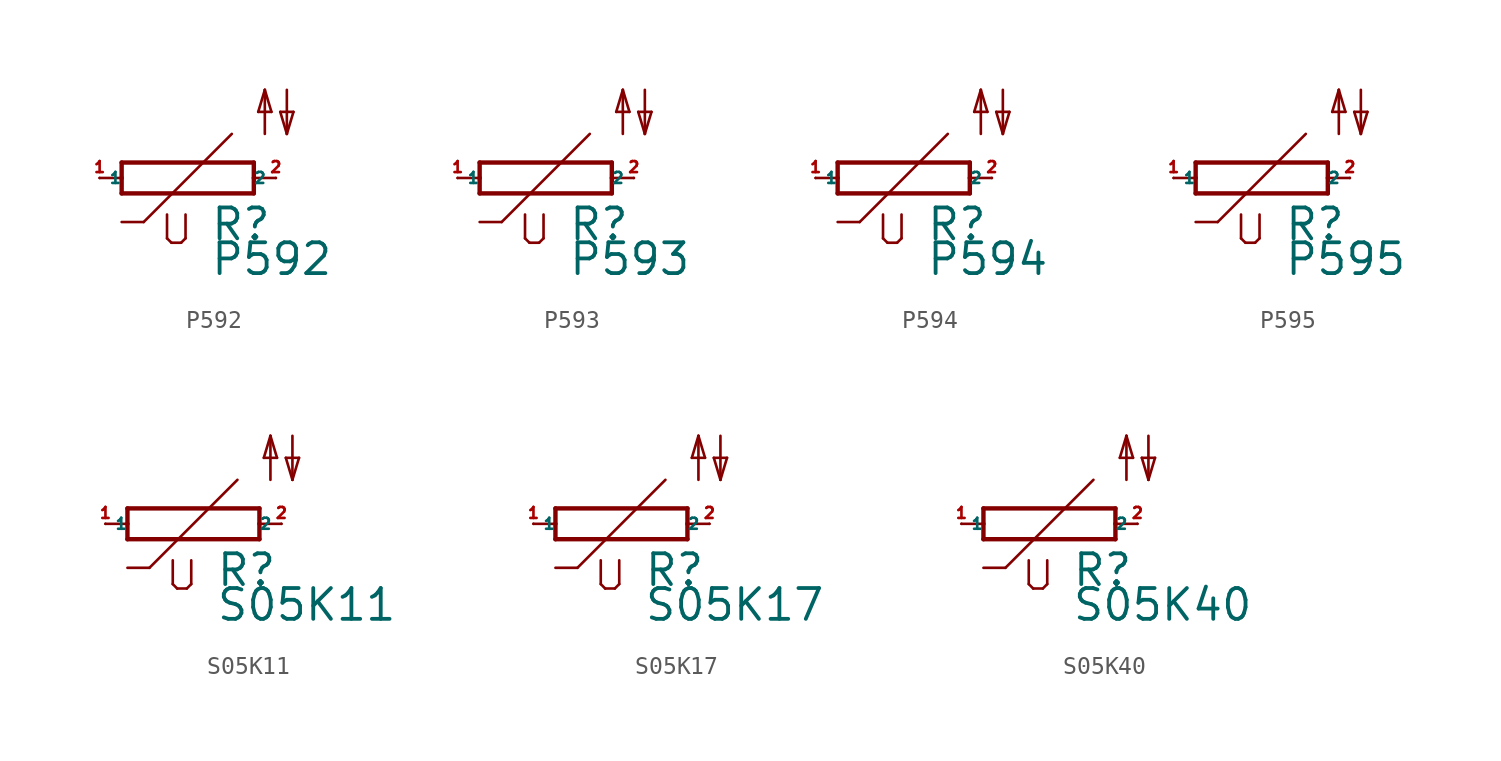
<source format=kicad_sym>
(kicad_symbol_lib
  (version 20220914)
  (generator Eagle2Kicad)
  (symbol "P592"
    (property "Reference" "R"
      (at 1.27 -3.708 0)
      (effects (font (size 1.778 1.778) (thickness 0.22)) (justify left bottom)))
    (property "Value" "P592"
      (at 1.27 -5.715 0)
      (effects (font (size 1.778 1.778) (thickness 0.22)) (justify left bottom)))
    (polyline
      (pts (xy -3.81 -0.889) (xy 3.81 -0.889))
      (stroke (width 0.254) (type default))
      (fill (type none)))
    (polyline
      (pts (xy 3.81 -0.889) (xy 3.81 0))
      (stroke (width 0.254) (type default))
      (fill (type none)))
    (polyline
      (pts (xy 3.81 0.889) (xy -3.81 0.889))
      (stroke (width 0.254) (type default))
      (fill (type none)))
    (polyline
      (pts (xy -3.81 -0.889) (xy -3.81 0))
      (stroke (width 0.254) (type default))
      (fill (type none)))
    (polyline
      (pts (xy 3.81 0) (xy 5.08 0))
      (stroke (width 0.152) (type default))
      (fill (type none)))
    (polyline
      (pts (xy 3.81 0) (xy 3.81 0.889))
      (stroke (width 0.254) (type default))
      (fill (type none)))
    (polyline
      (pts (xy -5.08 0) (xy -3.81 0))
      (stroke (width 0.152) (type default))
      (fill (type none)))
    (polyline
      (pts (xy -3.81 0) (xy -3.81 0.889))
      (stroke (width 0.254) (type default))
      (fill (type none)))
    (polyline
      (pts (xy 2.54 2.54) (xy -2.54 -2.54))
      (stroke (width 0.152) (type default))
      (fill (type none)))
    (polyline
      (pts (xy -2.54 -2.54) (xy -3.81 -2.54))
      (stroke (width 0.152) (type default))
      (fill (type none)))
    (polyline
      (pts (xy -1.194 -2.108) (xy -1.194 -3.48))
      (stroke (width 0.152) (type default))
      (fill (type none)))
    (polyline
      (pts (xy -0.94 -3.734) (xy -1.194 -3.48))
      (stroke (width 0.152) (type default))
      (fill (type none)))
    (polyline
      (pts (xy -0.94 -3.734) (xy -0.381 -3.734))
      (stroke (width 0.152) (type default))
      (fill (type none)))
    (polyline
      (pts (xy -0.127 -3.48) (xy -0.381 -3.734))
      (stroke (width 0.152) (type default))
      (fill (type none)))
    (polyline
      (pts (xy -0.127 -3.48) (xy -0.127 -2.108))
      (stroke (width 0.152) (type default))
      (fill (type none)))
    (polyline
      (pts (xy 5.715 5.08) (xy 5.715 2.54))
      (stroke (width 0.152) (type default))
      (fill (type none)))
    (polyline
      (pts (xy 5.715 2.54) (xy 6.096 3.81))
      (stroke (width 0.152) (type default))
      (fill (type none)))
    (polyline
      (pts (xy 6.096 3.81) (xy 5.334 3.81))
      (stroke (width 0.152) (type default))
      (fill (type none)))
    (polyline
      (pts (xy 5.334 3.81) (xy 5.715 2.54))
      (stroke (width 0.152) (type default))
      (fill (type none)))
    (polyline
      (pts (xy 4.445 2.54) (xy 4.445 5.08))
      (stroke (width 0.152) (type default))
      (fill (type none)))
    (polyline
      (pts (xy 4.445 5.08) (xy 4.826 3.81))
      (stroke (width 0.152) (type default))
      (fill (type none)))
    (polyline
      (pts (xy 4.826 3.81) (xy 4.064 3.81))
      (stroke (width 0.152) (type default))
      (fill (type none)))
    (polyline
      (pts (xy 4.064 3.81) (xy 4.445 5.08))
      (stroke (width 0.152) (type default))
      (fill (type none)))
    (pin passive line
      (at 5.08 0 180)
      (length 0)
      (name "2" (effects (font (size 0.635 0.635) (thickness 0.08)) (justify left bottom)))
      (number "2" (effects (font (size 0.635 0.635) (thickness 0.08)) (justify left bottom))))
    (pin passive line
      (at -5.08 0 0)
      (length 0)
      (name "1" (effects (font (size 0.635 0.635) (thickness 0.08)) (justify left bottom)))
      (number "1" (effects (font (size 0.635 0.635) (thickness 0.08)) (justify left bottom)))))
  (symbol "P593"
    (property "Reference" "R"
      (at 1.27 -3.708 0)
      (effects (font (size 1.778 1.778) (thickness 0.22)) (justify left bottom)))
    (property "Value" "P593"
      (at 1.27 -5.715 0)
      (effects (font (size 1.778 1.778) (thickness 0.22)) (justify left bottom)))
    (polyline
      (pts (xy -3.81 -0.889) (xy 3.81 -0.889))
      (stroke (width 0.254) (type default))
      (fill (type none)))
    (polyline
      (pts (xy 3.81 -0.889) (xy 3.81 0))
      (stroke (width 0.254) (type default))
      (fill (type none)))
    (polyline
      (pts (xy 3.81 0.889) (xy -3.81 0.889))
      (stroke (width 0.254) (type default))
      (fill (type none)))
    (polyline
      (pts (xy -3.81 -0.889) (xy -3.81 0))
      (stroke (width 0.254) (type default))
      (fill (type none)))
    (polyline
      (pts (xy 3.81 0) (xy 5.08 0))
      (stroke (width 0.152) (type default))
      (fill (type none)))
    (polyline
      (pts (xy 3.81 0) (xy 3.81 0.889))
      (stroke (width 0.254) (type default))
      (fill (type none)))
    (polyline
      (pts (xy -5.08 0) (xy -3.81 0))
      (stroke (width 0.152) (type default))
      (fill (type none)))
    (polyline
      (pts (xy -3.81 0) (xy -3.81 0.889))
      (stroke (width 0.254) (type default))
      (fill (type none)))
    (polyline
      (pts (xy 2.54 2.54) (xy -2.54 -2.54))
      (stroke (width 0.152) (type default))
      (fill (type none)))
    (polyline
      (pts (xy -2.54 -2.54) (xy -3.81 -2.54))
      (stroke (width 0.152) (type default))
      (fill (type none)))
    (polyline
      (pts (xy -1.194 -2.108) (xy -1.194 -3.48))
      (stroke (width 0.152) (type default))
      (fill (type none)))
    (polyline
      (pts (xy -0.94 -3.734) (xy -1.194 -3.48))
      (stroke (width 0.152) (type default))
      (fill (type none)))
    (polyline
      (pts (xy -0.94 -3.734) (xy -0.381 -3.734))
      (stroke (width 0.152) (type default))
      (fill (type none)))
    (polyline
      (pts (xy -0.127 -3.48) (xy -0.381 -3.734))
      (stroke (width 0.152) (type default))
      (fill (type none)))
    (polyline
      (pts (xy -0.127 -3.48) (xy -0.127 -2.108))
      (stroke (width 0.152) (type default))
      (fill (type none)))
    (polyline
      (pts (xy 5.715 5.08) (xy 5.715 2.54))
      (stroke (width 0.152) (type default))
      (fill (type none)))
    (polyline
      (pts (xy 5.715 2.54) (xy 6.096 3.81))
      (stroke (width 0.152) (type default))
      (fill (type none)))
    (polyline
      (pts (xy 6.096 3.81) (xy 5.334 3.81))
      (stroke (width 0.152) (type default))
      (fill (type none)))
    (polyline
      (pts (xy 5.334 3.81) (xy 5.715 2.54))
      (stroke (width 0.152) (type default))
      (fill (type none)))
    (polyline
      (pts (xy 4.445 2.54) (xy 4.445 5.08))
      (stroke (width 0.152) (type default))
      (fill (type none)))
    (polyline
      (pts (xy 4.445 5.08) (xy 4.826 3.81))
      (stroke (width 0.152) (type default))
      (fill (type none)))
    (polyline
      (pts (xy 4.826 3.81) (xy 4.064 3.81))
      (stroke (width 0.152) (type default))
      (fill (type none)))
    (polyline
      (pts (xy 4.064 3.81) (xy 4.445 5.08))
      (stroke (width 0.152) (type default))
      (fill (type none)))
    (pin passive line
      (at 5.08 0 180)
      (length 0)
      (name "2" (effects (font (size 0.635 0.635) (thickness 0.08)) (justify left bottom)))
      (number "2" (effects (font (size 0.635 0.635) (thickness 0.08)) (justify left bottom))))
    (pin passive line
      (at -5.08 0 0)
      (length 0)
      (name "1" (effects (font (size 0.635 0.635) (thickness 0.08)) (justify left bottom)))
      (number "1" (effects (font (size 0.635 0.635) (thickness 0.08)) (justify left bottom)))))
  (symbol "P594"
    (property "Reference" "R"
      (at 1.27 -3.708 0)
      (effects (font (size 1.778 1.778) (thickness 0.22)) (justify left bottom)))
    (property "Value" "P594"
      (at 1.27 -5.715 0)
      (effects (font (size 1.778 1.778) (thickness 0.22)) (justify left bottom)))
    (polyline
      (pts (xy -3.81 -0.889) (xy 3.81 -0.889))
      (stroke (width 0.254) (type default))
      (fill (type none)))
    (polyline
      (pts (xy 3.81 -0.889) (xy 3.81 0))
      (stroke (width 0.254) (type default))
      (fill (type none)))
    (polyline
      (pts (xy 3.81 0.889) (xy -3.81 0.889))
      (stroke (width 0.254) (type default))
      (fill (type none)))
    (polyline
      (pts (xy -3.81 -0.889) (xy -3.81 0))
      (stroke (width 0.254) (type default))
      (fill (type none)))
    (polyline
      (pts (xy 3.81 0) (xy 5.08 0))
      (stroke (width 0.152) (type default))
      (fill (type none)))
    (polyline
      (pts (xy 3.81 0) (xy 3.81 0.889))
      (stroke (width 0.254) (type default))
      (fill (type none)))
    (polyline
      (pts (xy -5.08 0) (xy -3.81 0))
      (stroke (width 0.152) (type default))
      (fill (type none)))
    (polyline
      (pts (xy -3.81 0) (xy -3.81 0.889))
      (stroke (width 0.254) (type default))
      (fill (type none)))
    (polyline
      (pts (xy 2.54 2.54) (xy -2.54 -2.54))
      (stroke (width 0.152) (type default))
      (fill (type none)))
    (polyline
      (pts (xy -2.54 -2.54) (xy -3.81 -2.54))
      (stroke (width 0.152) (type default))
      (fill (type none)))
    (polyline
      (pts (xy -1.194 -2.108) (xy -1.194 -3.48))
      (stroke (width 0.152) (type default))
      (fill (type none)))
    (polyline
      (pts (xy -0.94 -3.734) (xy -1.194 -3.48))
      (stroke (width 0.152) (type default))
      (fill (type none)))
    (polyline
      (pts (xy -0.94 -3.734) (xy -0.381 -3.734))
      (stroke (width 0.152) (type default))
      (fill (type none)))
    (polyline
      (pts (xy -0.127 -3.48) (xy -0.381 -3.734))
      (stroke (width 0.152) (type default))
      (fill (type none)))
    (polyline
      (pts (xy -0.127 -3.48) (xy -0.127 -2.108))
      (stroke (width 0.152) (type default))
      (fill (type none)))
    (polyline
      (pts (xy 5.715 5.08) (xy 5.715 2.54))
      (stroke (width 0.152) (type default))
      (fill (type none)))
    (polyline
      (pts (xy 5.715 2.54) (xy 6.096 3.81))
      (stroke (width 0.152) (type default))
      (fill (type none)))
    (polyline
      (pts (xy 6.096 3.81) (xy 5.334 3.81))
      (stroke (width 0.152) (type default))
      (fill (type none)))
    (polyline
      (pts (xy 5.334 3.81) (xy 5.715 2.54))
      (stroke (width 0.152) (type default))
      (fill (type none)))
    (polyline
      (pts (xy 4.445 2.54) (xy 4.445 5.08))
      (stroke (width 0.152) (type default))
      (fill (type none)))
    (polyline
      (pts (xy 4.445 5.08) (xy 4.826 3.81))
      (stroke (width 0.152) (type default))
      (fill (type none)))
    (polyline
      (pts (xy 4.826 3.81) (xy 4.064 3.81))
      (stroke (width 0.152) (type default))
      (fill (type none)))
    (polyline
      (pts (xy 4.064 3.81) (xy 4.445 5.08))
      (stroke (width 0.152) (type default))
      (fill (type none)))
    (pin passive line
      (at 5.08 0 180)
      (length 0)
      (name "2" (effects (font (size 0.635 0.635) (thickness 0.08)) (justify left bottom)))
      (number "2" (effects (font (size 0.635 0.635) (thickness 0.08)) (justify left bottom))))
    (pin passive line
      (at -5.08 0 0)
      (length 0)
      (name "1" (effects (font (size 0.635 0.635) (thickness 0.08)) (justify left bottom)))
      (number "1" (effects (font (size 0.635 0.635) (thickness 0.08)) (justify left bottom)))))
  (symbol "P595"
    (property "Reference" "R"
      (at 1.27 -3.708 0)
      (effects (font (size 1.778 1.778) (thickness 0.22)) (justify left bottom)))
    (property "Value" "P595"
      (at 1.27 -5.715 0)
      (effects (font (size 1.778 1.778) (thickness 0.22)) (justify left bottom)))
    (polyline
      (pts (xy -3.81 -0.889) (xy 3.81 -0.889))
      (stroke (width 0.254) (type default))
      (fill (type none)))
    (polyline
      (pts (xy 3.81 -0.889) (xy 3.81 0))
      (stroke (width 0.254) (type default))
      (fill (type none)))
    (polyline
      (pts (xy 3.81 0.889) (xy -3.81 0.889))
      (stroke (width 0.254) (type default))
      (fill (type none)))
    (polyline
      (pts (xy -3.81 -0.889) (xy -3.81 0))
      (stroke (width 0.254) (type default))
      (fill (type none)))
    (polyline
      (pts (xy 3.81 0) (xy 5.08 0))
      (stroke (width 0.152) (type default))
      (fill (type none)))
    (polyline
      (pts (xy 3.81 0) (xy 3.81 0.889))
      (stroke (width 0.254) (type default))
      (fill (type none)))
    (polyline
      (pts (xy -5.08 0) (xy -3.81 0))
      (stroke (width 0.152) (type default))
      (fill (type none)))
    (polyline
      (pts (xy -3.81 0) (xy -3.81 0.889))
      (stroke (width 0.254) (type default))
      (fill (type none)))
    (polyline
      (pts (xy 2.54 2.54) (xy -2.54 -2.54))
      (stroke (width 0.152) (type default))
      (fill (type none)))
    (polyline
      (pts (xy -2.54 -2.54) (xy -3.81 -2.54))
      (stroke (width 0.152) (type default))
      (fill (type none)))
    (polyline
      (pts (xy -1.194 -2.108) (xy -1.194 -3.48))
      (stroke (width 0.152) (type default))
      (fill (type none)))
    (polyline
      (pts (xy -0.94 -3.734) (xy -1.194 -3.48))
      (stroke (width 0.152) (type default))
      (fill (type none)))
    (polyline
      (pts (xy -0.94 -3.734) (xy -0.381 -3.734))
      (stroke (width 0.152) (type default))
      (fill (type none)))
    (polyline
      (pts (xy -0.127 -3.48) (xy -0.381 -3.734))
      (stroke (width 0.152) (type default))
      (fill (type none)))
    (polyline
      (pts (xy -0.127 -3.48) (xy -0.127 -2.108))
      (stroke (width 0.152) (type default))
      (fill (type none)))
    (polyline
      (pts (xy 5.715 5.08) (xy 5.715 2.54))
      (stroke (width 0.152) (type default))
      (fill (type none)))
    (polyline
      (pts (xy 5.715 2.54) (xy 6.096 3.81))
      (stroke (width 0.152) (type default))
      (fill (type none)))
    (polyline
      (pts (xy 6.096 3.81) (xy 5.334 3.81))
      (stroke (width 0.152) (type default))
      (fill (type none)))
    (polyline
      (pts (xy 5.334 3.81) (xy 5.715 2.54))
      (stroke (width 0.152) (type default))
      (fill (type none)))
    (polyline
      (pts (xy 4.445 2.54) (xy 4.445 5.08))
      (stroke (width 0.152) (type default))
      (fill (type none)))
    (polyline
      (pts (xy 4.445 5.08) (xy 4.826 3.81))
      (stroke (width 0.152) (type default))
      (fill (type none)))
    (polyline
      (pts (xy 4.826 3.81) (xy 4.064 3.81))
      (stroke (width 0.152) (type default))
      (fill (type none)))
    (polyline
      (pts (xy 4.064 3.81) (xy 4.445 5.08))
      (stroke (width 0.152) (type default))
      (fill (type none)))
    (pin passive line
      (at 5.08 0 180)
      (length 0)
      (name "2" (effects (font (size 0.635 0.635) (thickness 0.08)) (justify left bottom)))
      (number "2" (effects (font (size 0.635 0.635) (thickness 0.08)) (justify left bottom))))
    (pin passive line
      (at -5.08 0 0)
      (length 0)
      (name "1" (effects (font (size 0.635 0.635) (thickness 0.08)) (justify left bottom)))
      (number "1" (effects (font (size 0.635 0.635) (thickness 0.08)) (justify left bottom)))))
  (symbol "S05K11"
    (property "Reference" "R"
      (at 1.27 -3.708 0)
      (effects (font (size 1.778 1.778) (thickness 0.22)) (justify left bottom)))
    (property "Value" "S05K11"
      (at 1.27 -5.715 0)
      (effects (font (size 1.778 1.778) (thickness 0.22)) (justify left bottom)))
    (polyline
      (pts (xy -3.81 -0.889) (xy 3.81 -0.889))
      (stroke (width 0.254) (type default))
      (fill (type none)))
    (polyline
      (pts (xy 3.81 -0.889) (xy 3.81 0))
      (stroke (width 0.254) (type default))
      (fill (type none)))
    (polyline
      (pts (xy 3.81 0.889) (xy -3.81 0.889))
      (stroke (width 0.254) (type default))
      (fill (type none)))
    (polyline
      (pts (xy -3.81 -0.889) (xy -3.81 0))
      (stroke (width 0.254) (type default))
      (fill (type none)))
    (polyline
      (pts (xy 3.81 0) (xy 5.08 0))
      (stroke (width 0.152) (type default))
      (fill (type none)))
    (polyline
      (pts (xy 3.81 0) (xy 3.81 0.889))
      (stroke (width 0.254) (type default))
      (fill (type none)))
    (polyline
      (pts (xy -5.08 0) (xy -3.81 0))
      (stroke (width 0.152) (type default))
      (fill (type none)))
    (polyline
      (pts (xy -3.81 0) (xy -3.81 0.889))
      (stroke (width 0.254) (type default))
      (fill (type none)))
    (polyline
      (pts (xy 2.54 2.54) (xy -2.54 -2.54))
      (stroke (width 0.152) (type default))
      (fill (type none)))
    (polyline
      (pts (xy -2.54 -2.54) (xy -3.81 -2.54))
      (stroke (width 0.152) (type default))
      (fill (type none)))
    (polyline
      (pts (xy -1.194 -2.108) (xy -1.194 -3.48))
      (stroke (width 0.152) (type default))
      (fill (type none)))
    (polyline
      (pts (xy -0.94 -3.734) (xy -1.194 -3.48))
      (stroke (width 0.152) (type default))
      (fill (type none)))
    (polyline
      (pts (xy -0.94 -3.734) (xy -0.381 -3.734))
      (stroke (width 0.152) (type default))
      (fill (type none)))
    (polyline
      (pts (xy -0.127 -3.48) (xy -0.381 -3.734))
      (stroke (width 0.152) (type default))
      (fill (type none)))
    (polyline
      (pts (xy -0.127 -3.48) (xy -0.127 -2.108))
      (stroke (width 0.152) (type default))
      (fill (type none)))
    (polyline
      (pts (xy 5.715 5.08) (xy 5.715 2.54))
      (stroke (width 0.152) (type default))
      (fill (type none)))
    (polyline
      (pts (xy 5.715 2.54) (xy 6.096 3.81))
      (stroke (width 0.152) (type default))
      (fill (type none)))
    (polyline
      (pts (xy 6.096 3.81) (xy 5.334 3.81))
      (stroke (width 0.152) (type default))
      (fill (type none)))
    (polyline
      (pts (xy 5.334 3.81) (xy 5.715 2.54))
      (stroke (width 0.152) (type default))
      (fill (type none)))
    (polyline
      (pts (xy 4.445 2.54) (xy 4.445 5.08))
      (stroke (width 0.152) (type default))
      (fill (type none)))
    (polyline
      (pts (xy 4.445 5.08) (xy 4.826 3.81))
      (stroke (width 0.152) (type default))
      (fill (type none)))
    (polyline
      (pts (xy 4.826 3.81) (xy 4.064 3.81))
      (stroke (width 0.152) (type default))
      (fill (type none)))
    (polyline
      (pts (xy 4.064 3.81) (xy 4.445 5.08))
      (stroke (width 0.152) (type default))
      (fill (type none)))
    (pin passive line
      (at 5.08 0 180)
      (length 0)
      (name "2" (effects (font (size 0.635 0.635) (thickness 0.08)) (justify left bottom)))
      (number "2" (effects (font (size 0.635 0.635) (thickness 0.08)) (justify left bottom))))
    (pin passive line
      (at -5.08 0 0)
      (length 0)
      (name "1" (effects (font (size 0.635 0.635) (thickness 0.08)) (justify left bottom)))
      (number "1" (effects (font (size 0.635 0.635) (thickness 0.08)) (justify left bottom)))))
  (symbol "S05K17"
    (property "Reference" "R"
      (at 1.27 -3.708 0)
      (effects (font (size 1.778 1.778) (thickness 0.22)) (justify left bottom)))
    (property "Value" "S05K17"
      (at 1.27 -5.715 0)
      (effects (font (size 1.778 1.778) (thickness 0.22)) (justify left bottom)))
    (polyline
      (pts (xy -3.81 -0.889) (xy 3.81 -0.889))
      (stroke (width 0.254) (type default))
      (fill (type none)))
    (polyline
      (pts (xy 3.81 -0.889) (xy 3.81 0))
      (stroke (width 0.254) (type default))
      (fill (type none)))
    (polyline
      (pts (xy 3.81 0.889) (xy -3.81 0.889))
      (stroke (width 0.254) (type default))
      (fill (type none)))
    (polyline
      (pts (xy -3.81 -0.889) (xy -3.81 0))
      (stroke (width 0.254) (type default))
      (fill (type none)))
    (polyline
      (pts (xy 3.81 0) (xy 5.08 0))
      (stroke (width 0.152) (type default))
      (fill (type none)))
    (polyline
      (pts (xy 3.81 0) (xy 3.81 0.889))
      (stroke (width 0.254) (type default))
      (fill (type none)))
    (polyline
      (pts (xy -5.08 0) (xy -3.81 0))
      (stroke (width 0.152) (type default))
      (fill (type none)))
    (polyline
      (pts (xy -3.81 0) (xy -3.81 0.889))
      (stroke (width 0.254) (type default))
      (fill (type none)))
    (polyline
      (pts (xy 2.54 2.54) (xy -2.54 -2.54))
      (stroke (width 0.152) (type default))
      (fill (type none)))
    (polyline
      (pts (xy -2.54 -2.54) (xy -3.81 -2.54))
      (stroke (width 0.152) (type default))
      (fill (type none)))
    (polyline
      (pts (xy -1.194 -2.108) (xy -1.194 -3.48))
      (stroke (width 0.152) (type default))
      (fill (type none)))
    (polyline
      (pts (xy -0.94 -3.734) (xy -1.194 -3.48))
      (stroke (width 0.152) (type default))
      (fill (type none)))
    (polyline
      (pts (xy -0.94 -3.734) (xy -0.381 -3.734))
      (stroke (width 0.152) (type default))
      (fill (type none)))
    (polyline
      (pts (xy -0.127 -3.48) (xy -0.381 -3.734))
      (stroke (width 0.152) (type default))
      (fill (type none)))
    (polyline
      (pts (xy -0.127 -3.48) (xy -0.127 -2.108))
      (stroke (width 0.152) (type default))
      (fill (type none)))
    (polyline
      (pts (xy 5.715 5.08) (xy 5.715 2.54))
      (stroke (width 0.152) (type default))
      (fill (type none)))
    (polyline
      (pts (xy 5.715 2.54) (xy 6.096 3.81))
      (stroke (width 0.152) (type default))
      (fill (type none)))
    (polyline
      (pts (xy 6.096 3.81) (xy 5.334 3.81))
      (stroke (width 0.152) (type default))
      (fill (type none)))
    (polyline
      (pts (xy 5.334 3.81) (xy 5.715 2.54))
      (stroke (width 0.152) (type default))
      (fill (type none)))
    (polyline
      (pts (xy 4.445 2.54) (xy 4.445 5.08))
      (stroke (width 0.152) (type default))
      (fill (type none)))
    (polyline
      (pts (xy 4.445 5.08) (xy 4.826 3.81))
      (stroke (width 0.152) (type default))
      (fill (type none)))
    (polyline
      (pts (xy 4.826 3.81) (xy 4.064 3.81))
      (stroke (width 0.152) (type default))
      (fill (type none)))
    (polyline
      (pts (xy 4.064 3.81) (xy 4.445 5.08))
      (stroke (width 0.152) (type default))
      (fill (type none)))
    (pin passive line
      (at 5.08 0 180)
      (length 0)
      (name "2" (effects (font (size 0.635 0.635) (thickness 0.08)) (justify left bottom)))
      (number "2" (effects (font (size 0.635 0.635) (thickness 0.08)) (justify left bottom))))
    (pin passive line
      (at -5.08 0 0)
      (length 0)
      (name "1" (effects (font (size 0.635 0.635) (thickness 0.08)) (justify left bottom)))
      (number "1" (effects (font (size 0.635 0.635) (thickness 0.08)) (justify left bottom)))))
  (symbol "S05K40"
    (property "Reference" "R"
      (at 1.27 -3.708 0)
      (effects (font (size 1.778 1.778) (thickness 0.22)) (justify left bottom)))
    (property "Value" "S05K40"
      (at 1.27 -5.715 0)
      (effects (font (size 1.778 1.778) (thickness 0.22)) (justify left bottom)))
    (polyline
      (pts (xy -3.81 -0.889) (xy 3.81 -0.889))
      (stroke (width 0.254) (type default))
      (fill (type none)))
    (polyline
      (pts (xy 3.81 -0.889) (xy 3.81 0))
      (stroke (width 0.254) (type default))
      (fill (type none)))
    (polyline
      (pts (xy 3.81 0.889) (xy -3.81 0.889))
      (stroke (width 0.254) (type default))
      (fill (type none)))
    (polyline
      (pts (xy -3.81 -0.889) (xy -3.81 0))
      (stroke (width 0.254) (type default))
      (fill (type none)))
    (polyline
      (pts (xy 3.81 0) (xy 5.08 0))
      (stroke (width 0.152) (type default))
      (fill (type none)))
    (polyline
      (pts (xy 3.81 0) (xy 3.81 0.889))
      (stroke (width 0.254) (type default))
      (fill (type none)))
    (polyline
      (pts (xy -5.08 0) (xy -3.81 0))
      (stroke (width 0.152) (type default))
      (fill (type none)))
    (polyline
      (pts (xy -3.81 0) (xy -3.81 0.889))
      (stroke (width 0.254) (type default))
      (fill (type none)))
    (polyline
      (pts (xy 2.54 2.54) (xy -2.54 -2.54))
      (stroke (width 0.152) (type default))
      (fill (type none)))
    (polyline
      (pts (xy -2.54 -2.54) (xy -3.81 -2.54))
      (stroke (width 0.152) (type default))
      (fill (type none)))
    (polyline
      (pts (xy -1.194 -2.108) (xy -1.194 -3.48))
      (stroke (width 0.152) (type default))
      (fill (type none)))
    (polyline
      (pts (xy -0.94 -3.734) (xy -1.194 -3.48))
      (stroke (width 0.152) (type default))
      (fill (type none)))
    (polyline
      (pts (xy -0.94 -3.734) (xy -0.381 -3.734))
      (stroke (width 0.152) (type default))
      (fill (type none)))
    (polyline
      (pts (xy -0.127 -3.48) (xy -0.381 -3.734))
      (stroke (width 0.152) (type default))
      (fill (type none)))
    (polyline
      (pts (xy -0.127 -3.48) (xy -0.127 -2.108))
      (stroke (width 0.152) (type default))
      (fill (type none)))
    (polyline
      (pts (xy 5.715 5.08) (xy 5.715 2.54))
      (stroke (width 0.152) (type default))
      (fill (type none)))
    (polyline
      (pts (xy 5.715 2.54) (xy 6.096 3.81))
      (stroke (width 0.152) (type default))
      (fill (type none)))
    (polyline
      (pts (xy 6.096 3.81) (xy 5.334 3.81))
      (stroke (width 0.152) (type default))
      (fill (type none)))
    (polyline
      (pts (xy 5.334 3.81) (xy 5.715 2.54))
      (stroke (width 0.152) (type default))
      (fill (type none)))
    (polyline
      (pts (xy 4.445 2.54) (xy 4.445 5.08))
      (stroke (width 0.152) (type default))
      (fill (type none)))
    (polyline
      (pts (xy 4.445 5.08) (xy 4.826 3.81))
      (stroke (width 0.152) (type default))
      (fill (type none)))
    (polyline
      (pts (xy 4.826 3.81) (xy 4.064 3.81))
      (stroke (width 0.152) (type default))
      (fill (type none)))
    (polyline
      (pts (xy 4.064 3.81) (xy 4.445 5.08))
      (stroke (width 0.152) (type default))
      (fill (type none)))
    (pin passive line
      (at 5.08 0 180)
      (length 0)
      (name "2" (effects (font (size 0.635 0.635) (thickness 0.08)) (justify left bottom)))
      (number "2" (effects (font (size 0.635 0.635) (thickness 0.08)) (justify left bottom))))
    (pin passive line
      (at -5.08 0 0)
      (length 0)
      (name "1" (effects (font (size 0.635 0.635) (thickness 0.08)) (justify left bottom)))
      (number "1" (effects (font (size 0.635 0.635) (thickness 0.08)) (justify left bottom))))))
</source>
